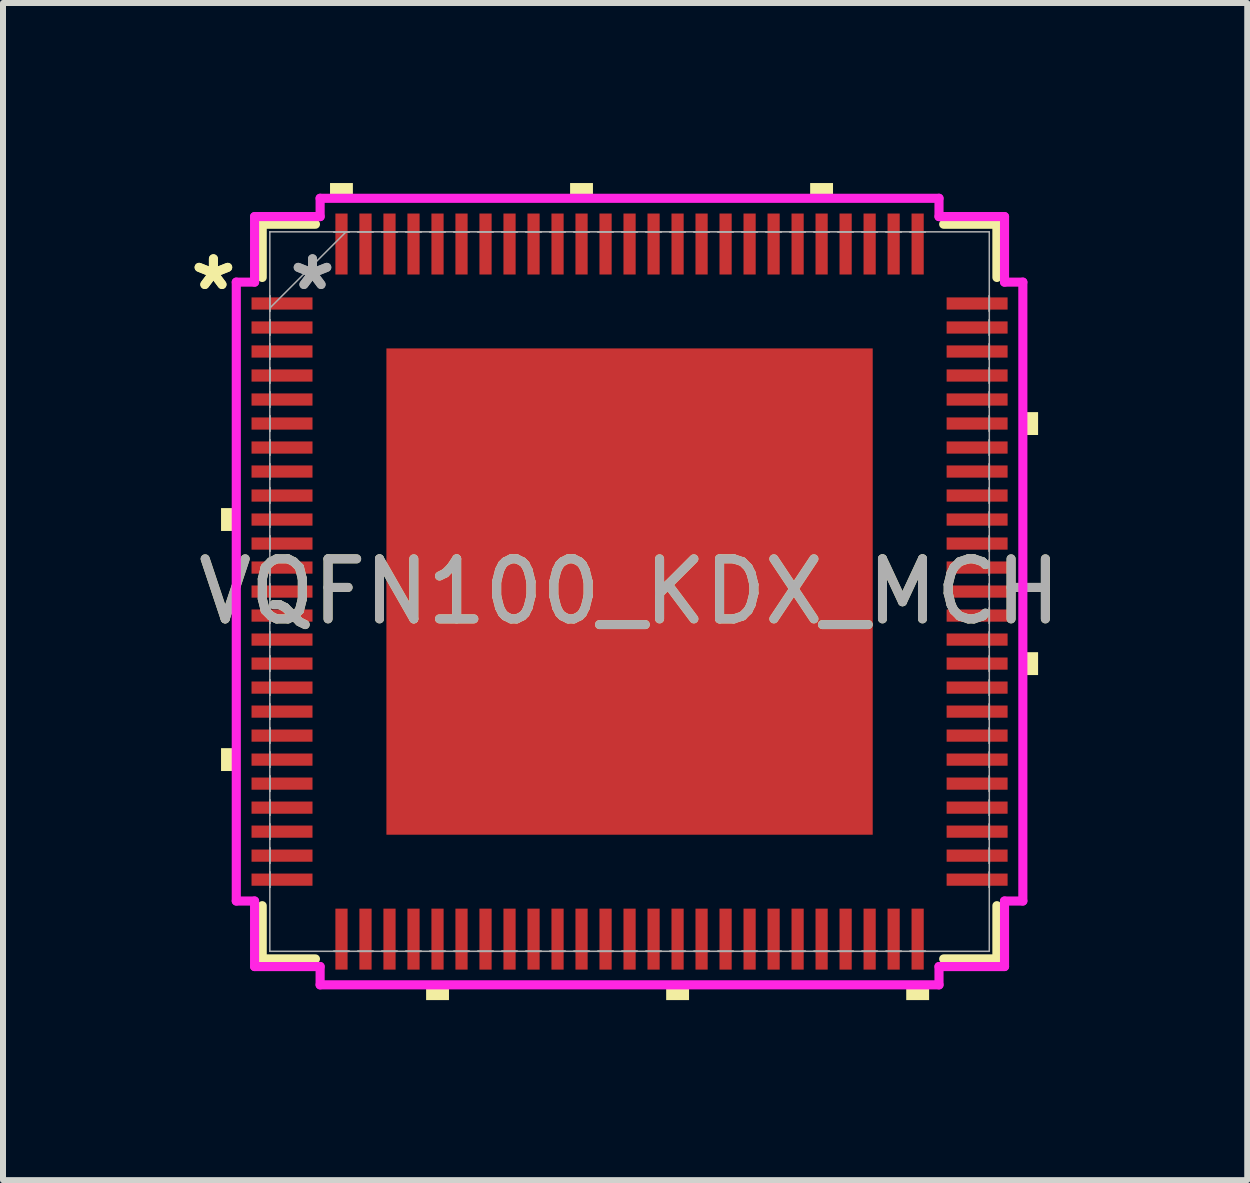
<source format=kicad_pcb>
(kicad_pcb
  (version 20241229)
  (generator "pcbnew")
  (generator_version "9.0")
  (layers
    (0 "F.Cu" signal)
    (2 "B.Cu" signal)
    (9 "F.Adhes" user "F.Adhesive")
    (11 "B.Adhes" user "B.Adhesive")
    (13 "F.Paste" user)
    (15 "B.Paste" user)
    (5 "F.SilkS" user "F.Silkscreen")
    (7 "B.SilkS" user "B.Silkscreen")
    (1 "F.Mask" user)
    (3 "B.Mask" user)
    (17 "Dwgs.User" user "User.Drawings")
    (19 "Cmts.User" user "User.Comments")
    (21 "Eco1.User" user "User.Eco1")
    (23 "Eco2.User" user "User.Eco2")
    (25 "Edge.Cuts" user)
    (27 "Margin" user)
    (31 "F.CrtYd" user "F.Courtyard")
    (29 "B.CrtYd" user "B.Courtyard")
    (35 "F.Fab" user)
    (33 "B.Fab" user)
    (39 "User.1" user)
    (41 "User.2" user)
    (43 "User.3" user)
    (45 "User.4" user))
  (footprint "VQFN100_KDX_MCH"
    (layer "F.Cu")
    (at 7.44 6.807)
    (property "Reference" "VQFN100_KDX_MCH" (at 0 0 0) (unlocked yes) (layer "F.SilkS") (effects (font (size 1 1) (thickness 0.15))))
    (attr smd)
    (fp_line (start -6.121 -6.121) (end -6.121 -5.234) (stroke (width 0.152) (type solid)) (layer "F.SilkS"))
    (fp_line (start -6.121 5.234) (end -6.121 6.121) (stroke (width 0.152) (type solid)) (layer "F.SilkS"))
    (fp_line (start -6.121 6.121) (end -5.234 6.121) (stroke (width 0.152) (type solid)) (layer "F.SilkS"))
    (fp_line (start -5.234 -6.121) (end -6.121 -6.121) (stroke (width 0.152) (type solid)) (layer "F.SilkS"))
    (fp_line (start 5.234 6.121) (end 6.121 6.121) (stroke (width 0.152) (type solid)) (layer "F.SilkS"))
    (fp_line (start 6.121 -6.121) (end 5.234 -6.121) (stroke (width 0.152) (type solid)) (layer "F.SilkS"))
    (fp_line (start 6.121 -5.234) (end 6.121 -6.121) (stroke (width 0.152) (type solid)) (layer "F.SilkS"))
    (fp_line (start 6.121 6.121) (end 6.121 5.234) (stroke (width 0.152) (type solid)) (layer "F.SilkS"))
    (fp_poly (pts (xy -6.807 -1.391) (xy -6.807 -1.01) (xy -6.553 -1.01) (xy -6.553 -1.391)) (stroke (width 0) (type solid)) (fill yes) (layer "F.SilkS"))
    (fp_poly (pts (xy -6.807 2.609) (xy -6.807 2.99) (xy -6.553 2.99) (xy -6.553 2.609)) (stroke (width 0) (type solid)) (fill yes) (layer "F.SilkS"))
    (fp_poly (pts (xy -4.991 -6.553) (xy -4.991 -6.807) (xy -4.61 -6.807) (xy -4.61 -6.553)) (stroke (width 0) (type solid)) (fill yes) (layer "F.SilkS"))
    (fp_poly (pts (xy -3.39 6.553) (xy -3.39 6.807) (xy -3.009 6.807) (xy -3.009 6.553)) (stroke (width 0) (type solid)) (fill yes) (layer "F.SilkS"))
    (fp_poly (pts (xy -0.991 -6.553) (xy -0.991 -6.807) (xy -0.61 -6.807) (xy -0.61 -6.553)) (stroke (width 0) (type solid)) (fill yes) (layer "F.SilkS"))
    (fp_poly (pts (xy 0.61 6.553) (xy 0.61 6.807) (xy 0.991 6.807) (xy 0.991 6.553)) (stroke (width 0) (type solid)) (fill yes) (layer "F.SilkS"))
    (fp_poly (pts (xy 3.009 -6.553) (xy 3.009 -6.807) (xy 3.39 -6.807) (xy 3.39 -6.553)) (stroke (width 0) (type solid)) (fill yes) (layer "F.SilkS"))
    (fp_poly (pts (xy 4.61 6.553) (xy 4.61 6.807) (xy 4.991 6.807) (xy 4.991 6.553)) (stroke (width 0) (type solid)) (fill yes) (layer "F.SilkS"))
    (fp_poly (pts (xy 6.807 -2.99) (xy 6.807 -2.609) (xy 6.553 -2.609) (xy 6.553 -2.99)) (stroke (width 0) (type solid)) (fill yes) (layer "F.SilkS"))
    (fp_poly (pts (xy 6.807 1.01) (xy 6.807 1.391) (xy 6.553 1.391) (xy 6.553 1.01)) (stroke (width 0) (type solid)) (fill yes) (layer "F.SilkS"))
    (fp_poly (pts (xy -3.951 -3.951) (xy -3.951 -2.801) (xy -2.801 -2.801) (xy -2.801 -3.951)) (stroke (width 0) (type solid)) (fill yes) (layer "F.Paste"))
    (fp_poly (pts (xy -3.951 -2.601) (xy -3.951 -1.45) (xy -2.801 -1.45) (xy -2.801 -2.601)) (stroke (width 0) (type solid)) (fill yes) (layer "F.Paste"))
    (fp_poly (pts (xy -3.951 -1.25) (xy -3.951 -0.1) (xy -2.801 -0.1) (xy -2.801 -1.25)) (stroke (width 0) (type solid)) (fill yes) (layer "F.Paste"))
    (fp_poly (pts (xy -3.951 0.1) (xy -3.951 1.25) (xy -2.801 1.25) (xy -2.801 0.1)) (stroke (width 0) (type solid)) (fill yes) (layer "F.Paste"))
    (fp_poly (pts (xy -3.951 1.45) (xy -3.951 2.601) (xy -2.801 2.601) (xy -2.801 1.45)) (stroke (width 0) (type solid)) (fill yes) (layer "F.Paste"))
    (fp_poly (pts (xy -3.951 2.801) (xy -3.951 3.951) (xy -2.801 3.951) (xy -2.801 2.801)) (stroke (width 0) (type solid)) (fill yes) (layer "F.Paste"))
    (fp_poly (pts (xy -2.601 -3.951) (xy -2.601 -2.801) (xy -1.45 -2.801) (xy -1.45 -3.951)) (stroke (width 0) (type solid)) (fill yes) (layer "F.Paste"))
    (fp_poly (pts (xy -2.601 -2.601) (xy -2.601 -1.45) (xy -1.45 -1.45) (xy -1.45 -2.601)) (stroke (width 0) (type solid)) (fill yes) (layer "F.Paste"))
    (fp_poly (pts (xy -2.601 -1.25) (xy -2.601 -0.1) (xy -1.45 -0.1) (xy -1.45 -1.25)) (stroke (width 0) (type solid)) (fill yes) (layer "F.Paste"))
    (fp_poly (pts (xy -2.601 0.1) (xy -2.601 1.25) (xy -1.45 1.25) (xy -1.45 0.1)) (stroke (width 0) (type solid)) (fill yes) (layer "F.Paste"))
    (fp_poly (pts (xy -2.601 1.45) (xy -2.601 2.601) (xy -1.45 2.601) (xy -1.45 1.45)) (stroke (width 0) (type solid)) (fill yes) (layer "F.Paste"))
    (fp_poly (pts (xy -2.601 2.801) (xy -2.601 3.951) (xy -1.45 3.951) (xy -1.45 2.801)) (stroke (width 0) (type solid)) (fill yes) (layer "F.Paste"))
    (fp_poly (pts (xy -1.25 -3.951) (xy -1.25 -2.801) (xy -0.1 -2.801) (xy -0.1 -3.951)) (stroke (width 0) (type solid)) (fill yes) (layer "F.Paste"))
    (fp_poly (pts (xy -1.25 -2.601) (xy -1.25 -1.45) (xy -0.1 -1.45) (xy -0.1 -2.601)) (stroke (width 0) (type solid)) (fill yes) (layer "F.Paste"))
    (fp_poly (pts (xy -1.25 -1.25) (xy -1.25 -0.1) (xy -0.1 -0.1) (xy -0.1 -1.25)) (stroke (width 0) (type solid)) (fill yes) (layer "F.Paste"))
    (fp_poly (pts (xy -1.25 0.1) (xy -1.25 1.25) (xy -0.1 1.25) (xy -0.1 0.1)) (stroke (width 0) (type solid)) (fill yes) (layer "F.Paste"))
    (fp_poly (pts (xy -1.25 1.45) (xy -1.25 2.601) (xy -0.1 2.601) (xy -0.1 1.45)) (stroke (width 0) (type solid)) (fill yes) (layer "F.Paste"))
    (fp_poly (pts (xy -1.25 2.801) (xy -1.25 3.951) (xy -0.1 3.951) (xy -0.1 2.801)) (stroke (width 0) (type solid)) (fill yes) (layer "F.Paste"))
    (fp_poly (pts (xy 0.1 -3.951) (xy 0.1 -2.801) (xy 1.25 -2.801) (xy 1.25 -3.951)) (stroke (width 0) (type solid)) (fill yes) (layer "F.Paste"))
    (fp_poly (pts (xy 0.1 -2.601) (xy 0.1 -1.45) (xy 1.25 -1.45) (xy 1.25 -2.601)) (stroke (width 0) (type solid)) (fill yes) (layer "F.Paste"))
    (fp_poly (pts (xy 0.1 -1.25) (xy 0.1 -0.1) (xy 1.25 -0.1) (xy 1.25 -1.25)) (stroke (width 0) (type solid)) (fill yes) (layer "F.Paste"))
    (fp_poly (pts (xy 0.1 0.1) (xy 0.1 1.25) (xy 1.25 1.25) (xy 1.25 0.1)) (stroke (width 0) (type solid)) (fill yes) (layer "F.Paste"))
    (fp_poly (pts (xy 0.1 1.45) (xy 0.1 2.601) (xy 1.25 2.601) (xy 1.25 1.45)) (stroke (width 0) (type solid)) (fill yes) (layer "F.Paste"))
    (fp_poly (pts (xy 0.1 2.801) (xy 0.1 3.951) (xy 1.25 3.951) (xy 1.25 2.801)) (stroke (width 0) (type solid)) (fill yes) (layer "F.Paste"))
    (fp_poly (pts (xy 1.45 -3.951) (xy 1.45 -2.801) (xy 2.601 -2.801) (xy 2.601 -3.951)) (stroke (width 0) (type solid)) (fill yes) (layer "F.Paste"))
    (fp_poly (pts (xy 1.45 -2.601) (xy 1.45 -1.45) (xy 2.601 -1.45) (xy 2.601 -2.601)) (stroke (width 0) (type solid)) (fill yes) (layer "F.Paste"))
    (fp_poly (pts (xy 1.45 -1.25) (xy 1.45 -0.1) (xy 2.601 -0.1) (xy 2.601 -1.25)) (stroke (width 0) (type solid)) (fill yes) (layer "F.Paste"))
    (fp_poly (pts (xy 1.45 0.1) (xy 1.45 1.25) (xy 2.601 1.25) (xy 2.601 0.1)) (stroke (width 0) (type solid)) (fill yes) (layer "F.Paste"))
    (fp_poly (pts (xy 1.45 1.45) (xy 1.45 2.601) (xy 2.601 2.601) (xy 2.601 1.45)) (stroke (width 0) (type solid)) (fill yes) (layer "F.Paste"))
    (fp_poly (pts (xy 1.45 2.801) (xy 1.45 3.951) (xy 2.601 3.951) (xy 2.601 2.801)) (stroke (width 0) (type solid)) (fill yes) (layer "F.Paste"))
    (fp_poly (pts (xy 2.801 -3.951) (xy 2.801 -2.801) (xy 3.951 -2.801) (xy 3.951 -3.951)) (stroke (width 0) (type solid)) (fill yes) (layer "F.Paste"))
    (fp_poly (pts (xy 2.801 -2.601) (xy 2.801 -1.45) (xy 3.951 -1.45) (xy 3.951 -2.601)) (stroke (width 0) (type solid)) (fill yes) (layer "F.Paste"))
    (fp_poly (pts (xy 2.801 -1.25) (xy 2.801 -0.1) (xy 3.951 -0.1) (xy 3.951 -1.25)) (stroke (width 0) (type solid)) (fill yes) (layer "F.Paste"))
    (fp_poly (pts (xy 2.801 0.1) (xy 2.801 1.25) (xy 3.951 1.25) (xy 3.951 0.1)) (stroke (width 0) (type solid)) (fill yes) (layer "F.Paste"))
    (fp_poly (pts (xy 2.801 1.45) (xy 2.801 2.601) (xy 3.951 2.601) (xy 3.951 1.45)) (stroke (width 0) (type solid)) (fill yes) (layer "F.Paste"))
    (fp_poly (pts (xy 2.801 2.801) (xy 2.801 3.951) (xy 3.951 3.951) (xy 3.951 2.801)) (stroke (width 0) (type solid)) (fill yes) (layer "F.Paste"))
    (fp_line (start -6.553 -5.156) (end -6.248 -5.156) (stroke (width 0.152) (type solid)) (layer "F.CrtYd"))
    (fp_line (start -6.553 5.156) (end -6.553 -5.156) (stroke (width 0.152) (type solid)) (layer "F.CrtYd"))
    (fp_line (start -6.248 -6.248) (end -5.156 -6.248) (stroke (width 0.152) (type solid)) (layer "F.CrtYd"))
    (fp_line (start -6.248 -5.156) (end -6.248 -6.248) (stroke (width 0.152) (type solid)) (layer "F.CrtYd"))
    (fp_line (start -6.248 5.156) (end -6.553 5.156) (stroke (width 0.152) (type solid)) (layer "F.CrtYd"))
    (fp_line (start -6.248 6.248) (end -6.248 5.156) (stroke (width 0.152) (type solid)) (layer "F.CrtYd"))
    (fp_line (start -5.156 -6.553) (end 5.156 -6.553) (stroke (width 0.152) (type solid)) (layer "F.CrtYd"))
    (fp_line (start -5.156 -6.248) (end -5.156 -6.553) (stroke (width 0.152) (type solid)) (layer "F.CrtYd"))
    (fp_line (start -5.156 6.248) (end -6.248 6.248) (stroke (width 0.152) (type solid)) (layer "F.CrtYd"))
    (fp_line (start -5.156 6.553) (end -5.156 6.248) (stroke (width 0.152) (type solid)) (layer "F.CrtYd"))
    (fp_line (start 5.156 -6.553) (end 5.156 -6.248) (stroke (width 0.152) (type solid)) (layer "F.CrtYd"))
    (fp_line (start 5.156 -6.248) (end 6.248 -6.248) (stroke (width 0.152) (type solid)) (layer "F.CrtYd"))
    (fp_line (start 5.156 6.248) (end 5.156 6.553) (stroke (width 0.152) (type solid)) (layer "F.CrtYd"))
    (fp_line (start 5.156 6.553) (end -5.156 6.553) (stroke (width 0.152) (type solid)) (layer "F.CrtYd"))
    (fp_line (start 6.248 -6.248) (end 6.248 -5.156) (stroke (width 0.152) (type solid)) (layer "F.CrtYd"))
    (fp_line (start 6.248 -5.156) (end 6.553 -5.156) (stroke (width 0.152) (type solid)) (layer "F.CrtYd"))
    (fp_line (start 6.248 5.156) (end 6.248 6.248) (stroke (width 0.152) (type solid)) (layer "F.CrtYd"))
    (fp_line (start 6.248 6.248) (end 5.156 6.248) (stroke (width 0.152) (type solid)) (layer "F.CrtYd"))
    (fp_line (start 6.553 -5.156) (end 6.553 5.156) (stroke (width 0.152) (type solid)) (layer "F.CrtYd"))
    (fp_line (start 6.553 5.156) (end 6.248 5.156) (stroke (width 0.152) (type solid)) (layer "F.CrtYd"))
    (fp_line (start -5.994 -5.994) (end -5.994 -5.994) (stroke (width 0.025) (type solid)) (layer "F.Fab"))
    (fp_line (start -5.994 -5.994) (end -5.994 5.994) (stroke (width 0.025) (type solid)) (layer "F.Fab"))
    (fp_line (start -5.994 -4.927) (end -5.994 -4.927) (stroke (width 0.025) (type solid)) (layer "F.Fab"))
    (fp_line (start -5.994 -4.927) (end -5.994 -4.673) (stroke (width 0.025) (type solid)) (layer "F.Fab"))
    (fp_line (start -5.994 -4.724) (end -4.724 -5.994) (stroke (width 0.025) (type solid)) (layer "F.Fab"))
    (fp_line (start -5.994 -4.673) (end -5.994 -4.927) (stroke (width 0.025) (type solid)) (layer "F.Fab"))
    (fp_line (start -5.994 -4.673) (end -5.994 -4.673) (stroke (width 0.025) (type solid)) (layer "F.Fab"))
    (fp_line (start -5.994 -4.527) (end -5.994 -4.527) (stroke (width 0.025) (type solid)) (layer "F.Fab"))
    (fp_line (start -5.994 -4.527) (end -5.994 -4.273) (stroke (width 0.025) (type solid)) (layer "F.Fab"))
    (fp_line (start -5.994 -4.273) (end -5.994 -4.527) (stroke (width 0.025) (type solid)) (layer "F.Fab"))
    (fp_line (start -5.994 -4.273) (end -5.994 -4.273) (stroke (width 0.025) (type solid)) (layer "F.Fab"))
    (fp_line (start -5.994 -4.127) (end -5.994 -4.127) (stroke (width 0.025) (type solid)) (layer "F.Fab"))
    (fp_line (start -5.994 -4.127) (end -5.994 -3.873) (stroke (width 0.025) (type solid)) (layer "F.Fab"))
    (fp_line (start -5.994 -3.873) (end -5.994 -4.127) (stroke (width 0.025) (type solid)) (layer "F.Fab"))
    (fp_line (start -5.994 -3.873) (end -5.994 -3.873) (stroke (width 0.025) (type solid)) (layer "F.Fab"))
    (fp_line (start -5.994 -3.727) (end -5.994 -3.727) (stroke (width 0.025) (type solid)) (layer "F.Fab"))
    (fp_line (start -5.994 -3.727) (end -5.994 -3.473) (stroke (width 0.025) (type solid)) (layer "F.Fab"))
    (fp_line (start -5.994 -3.473) (end -5.994 -3.727) (stroke (width 0.025) (type solid)) (layer "F.Fab"))
    (fp_line (start -5.994 -3.473) (end -5.994 -3.473) (stroke (width 0.025) (type solid)) (layer "F.Fab"))
    (fp_line (start -5.994 -3.327) (end -5.994 -3.327) (stroke (width 0.025) (type solid)) (layer "F.Fab"))
    (fp_line (start -5.994 -3.327) (end -5.994 -3.073) (stroke (width 0.025) (type solid)) (layer "F.Fab"))
    (fp_line (start -5.994 -3.073) (end -5.994 -3.327) (stroke (width 0.025) (type solid)) (layer "F.Fab"))
    (fp_line (start -5.994 -3.073) (end -5.994 -3.073) (stroke (width 0.025) (type solid)) (layer "F.Fab"))
    (fp_line (start -5.994 -2.927) (end -5.994 -2.927) (stroke (width 0.025) (type solid)) (layer "F.Fab"))
    (fp_line (start -5.994 -2.927) (end -5.994 -2.673) (stroke (width 0.025) (type solid)) (layer "F.Fab"))
    (fp_line (start -5.994 -2.673) (end -5.994 -2.927) (stroke (width 0.025) (type solid)) (layer "F.Fab"))
    (fp_line (start -5.994 -2.673) (end -5.994 -2.673) (stroke (width 0.025) (type solid)) (layer "F.Fab"))
    (fp_line (start -5.994 -2.527) (end -5.994 -2.527) (stroke (width 0.025) (type solid)) (layer "F.Fab"))
    (fp_line (start -5.994 -2.527) (end -5.994 -2.273) (stroke (width 0.025) (type solid)) (layer "F.Fab"))
    (fp_line (start -5.994 -2.273) (end -5.994 -2.527) (stroke (width 0.025) (type solid)) (layer "F.Fab"))
    (fp_line (start -5.994 -2.273) (end -5.994 -2.273) (stroke (width 0.025) (type solid)) (layer "F.Fab"))
    (fp_line (start -5.994 -2.127) (end -5.994 -2.127) (stroke (width 0.025) (type solid)) (layer "F.Fab"))
    (fp_line (start -5.994 -2.127) (end -5.994 -1.873) (stroke (width 0.025) (type solid)) (layer "F.Fab"))
    (fp_line (start -5.994 -1.873) (end -5.994 -2.127) (stroke (width 0.025) (type solid)) (layer "F.Fab"))
    (fp_line (start -5.994 -1.873) (end -5.994 -1.873) (stroke (width 0.025) (type solid)) (layer "F.Fab"))
    (fp_line (start -5.994 -1.727) (end -5.994 -1.727) (stroke (width 0.025) (type solid)) (layer "F.Fab"))
    (fp_line (start -5.994 -1.727) (end -5.994 -1.473) (stroke (width 0.025) (type solid)) (layer "F.Fab"))
    (fp_line (start -5.994 -1.473) (end -5.994 -1.727) (stroke (width 0.025) (type solid)) (layer "F.Fab"))
    (fp_line (start -5.994 -1.473) (end -5.994 -1.473) (stroke (width 0.025) (type solid)) (layer "F.Fab"))
    (fp_line (start -5.994 -1.327) (end -5.994 -1.327) (stroke (width 0.025) (type solid)) (layer "F.Fab"))
    (fp_line (start -5.994 -1.327) (end -5.994 -1.073) (stroke (width 0.025) (type solid)) (layer "F.Fab"))
    (fp_line (start -5.994 -1.073) (end -5.994 -1.327) (stroke (width 0.025) (type solid)) (layer "F.Fab"))
    (fp_line (start -5.994 -1.073) (end -5.994 -1.073) (stroke (width 0.025) (type solid)) (layer "F.Fab"))
    (fp_line (start -5.994 -0.927) (end -5.994 -0.927) (stroke (width 0.025) (type solid)) (layer "F.Fab"))
    (fp_line (start -5.994 -0.927) (end -5.994 -0.673) (stroke (width 0.025) (type solid)) (layer "F.Fab"))
    (fp_line (start -5.994 -0.673) (end -5.994 -0.927) (stroke (width 0.025) (type solid)) (layer "F.Fab"))
    (fp_line (start -5.994 -0.673) (end -5.994 -0.673) (stroke (width 0.025) (type solid)) (layer "F.Fab"))
    (fp_line (start -5.994 -0.527) (end -5.994 -0.527) (stroke (width 0.025) (type solid)) (layer "F.Fab"))
    (fp_line (start -5.994 -0.527) (end -5.994 -0.273) (stroke (width 0.025) (type solid)) (layer "F.Fab"))
    (fp_line (start -5.994 -0.273) (end -5.994 -0.527) (stroke (width 0.025) (type solid)) (layer "F.Fab"))
    (fp_line (start -5.994 -0.273) (end -5.994 -0.273) (stroke (width 0.025) (type solid)) (layer "F.Fab"))
    (fp_line (start -5.994 -0.127) (end -5.994 -0.127) (stroke (width 0.025) (type solid)) (layer "F.Fab"))
    (fp_line (start -5.994 -0.127) (end -5.994 0.127) (stroke (width 0.025) (type solid)) (layer "F.Fab"))
    (fp_line (start -5.994 0.127) (end -5.994 -0.127) (stroke (width 0.025) (type solid)) (layer "F.Fab"))
    (fp_line (start -5.994 0.127) (end -5.994 0.127) (stroke (width 0.025) (type solid)) (layer "F.Fab"))
    (fp_line (start -5.994 0.273) (end -5.994 0.273) (stroke (width 0.025) (type solid)) (layer "F.Fab"))
    (fp_line (start -5.994 0.273) (end -5.994 0.527) (stroke (width 0.025) (type solid)) (layer "F.Fab"))
    (fp_line (start -5.994 0.527) (end -5.994 0.273) (stroke (width 0.025) (type solid)) (layer "F.Fab"))
    (fp_line (start -5.994 0.527) (end -5.994 0.527) (stroke (width 0.025) (type solid)) (layer "F.Fab"))
    (fp_line (start -5.994 0.673) (end -5.994 0.673) (stroke (width 0.025) (type solid)) (layer "F.Fab"))
    (fp_line (start -5.994 0.673) (end -5.994 0.927) (stroke (width 0.025) (type solid)) (layer "F.Fab"))
    (fp_line (start -5.994 0.927) (end -5.994 0.673) (stroke (width 0.025) (type solid)) (layer "F.Fab"))
    (fp_line (start -5.994 0.927) (end -5.994 0.927) (stroke (width 0.025) (type solid)) (layer "F.Fab"))
    (fp_line (start -5.994 1.073) (end -5.994 1.073) (stroke (width 0.025) (type solid)) (layer "F.Fab"))
    (fp_line (start -5.994 1.073) (end -5.994 1.327) (stroke (width 0.025) (type solid)) (layer "F.Fab"))
    (fp_line (start -5.994 1.327) (end -5.994 1.073) (stroke (width 0.025) (type solid)) (layer "F.Fab"))
    (fp_line (start -5.994 1.327) (end -5.994 1.327) (stroke (width 0.025) (type solid)) (layer "F.Fab"))
    (fp_line (start -5.994 1.473) (end -5.994 1.473) (stroke (width 0.025) (type solid)) (layer "F.Fab"))
    (fp_line (start -5.994 1.473) (end -5.994 1.727) (stroke (width 0.025) (type solid)) (layer "F.Fab"))
    (fp_line (start -5.994 1.727) (end -5.994 1.473) (stroke (width 0.025) (type solid)) (layer "F.Fab"))
    (fp_line (start -5.994 1.727) (end -5.994 1.727) (stroke (width 0.025) (type solid)) (layer "F.Fab"))
    (fp_line (start -5.994 1.873) (end -5.994 1.873) (stroke (width 0.025) (type solid)) (layer "F.Fab"))
    (fp_line (start -5.994 1.873) (end -5.994 2.127) (stroke (width 0.025) (type solid)) (layer "F.Fab"))
    (fp_line (start -5.994 2.127) (end -5.994 1.873) (stroke (width 0.025) (type solid)) (layer "F.Fab"))
    (fp_line (start -5.994 2.127) (end -5.994 2.127) (stroke (width 0.025) (type solid)) (layer "F.Fab"))
    (fp_line (start -5.994 2.273) (end -5.994 2.273) (stroke (width 0.025) (type solid)) (layer "F.Fab"))
    (fp_line (start -5.994 2.273) (end -5.994 2.527) (stroke (width 0.025) (type solid)) (layer "F.Fab"))
    (fp_line (start -5.994 2.527) (end -5.994 2.273) (stroke (width 0.025) (type solid)) (layer "F.Fab"))
    (fp_line (start -5.994 2.527) (end -5.994 2.527) (stroke (width 0.025) (type solid)) (layer "F.Fab"))
    (fp_line (start -5.994 2.673) (end -5.994 2.673) (stroke (width 0.025) (type solid)) (layer "F.Fab"))
    (fp_line (start -5.994 2.673) (end -5.994 2.927) (stroke (width 0.025) (type solid)) (layer "F.Fab"))
    (fp_line (start -5.994 2.927) (end -5.994 2.673) (stroke (width 0.025) (type solid)) (layer "F.Fab"))
    (fp_line (start -5.994 2.927) (end -5.994 2.927) (stroke (width 0.025) (type solid)) (layer "F.Fab"))
    (fp_line (start -5.994 3.073) (end -5.994 3.073) (stroke (width 0.025) (type solid)) (layer "F.Fab"))
    (fp_line (start -5.994 3.073) (end -5.994 3.327) (stroke (width 0.025) (type solid)) (layer "F.Fab"))
    (fp_line (start -5.994 3.327) (end -5.994 3.073) (stroke (width 0.025) (type solid)) (layer "F.Fab"))
    (fp_line (start -5.994 3.327) (end -5.994 3.327) (stroke (width 0.025) (type solid)) (layer "F.Fab"))
    (fp_line (start -5.994 3.473) (end -5.994 3.473) (stroke (width 0.025) (type solid)) (layer "F.Fab"))
    (fp_line (start -5.994 3.473) (end -5.994 3.727) (stroke (width 0.025) (type solid)) (layer "F.Fab"))
    (fp_line (start -5.994 3.727) (end -5.994 3.473) (stroke (width 0.025) (type solid)) (layer "F.Fab"))
    (fp_line (start -5.994 3.727) (end -5.994 3.727) (stroke (width 0.025) (type solid)) (layer "F.Fab"))
    (fp_line (start -5.994 3.873) (end -5.994 3.873) (stroke (width 0.025) (type solid)) (layer "F.Fab"))
    (fp_line (start -5.994 3.873) (end -5.994 4.127) (stroke (width 0.025) (type solid)) (layer "F.Fab"))
    (fp_line (start -5.994 4.127) (end -5.994 3.873) (stroke (width 0.025) (type solid)) (layer "F.Fab"))
    (fp_line (start -5.994 4.127) (end -5.994 4.127) (stroke (width 0.025) (type solid)) (layer "F.Fab"))
    (fp_line (start -5.994 4.273) (end -5.994 4.273) (stroke (width 0.025) (type solid)) (layer "F.Fab"))
    (fp_line (start -5.994 4.273) (end -5.994 4.527) (stroke (width 0.025) (type solid)) (layer "F.Fab"))
    (fp_line (start -5.994 4.527) (end -5.994 4.273) (stroke (width 0.025) (type solid)) (layer "F.Fab"))
    (fp_line (start -5.994 4.527) (end -5.994 4.527) (stroke (width 0.025) (type solid)) (layer "F.Fab"))
    (fp_line (start -5.994 4.673) (end -5.994 4.673) (stroke (width 0.025) (type solid)) (layer "F.Fab"))
    (fp_line (start -5.994 4.673) (end -5.994 4.927) (stroke (width 0.025) (type solid)) (layer "F.Fab"))
    (fp_line (start -5.994 4.927) (end -5.994 4.673) (stroke (width 0.025) (type solid)) (layer "F.Fab"))
    (fp_line (start -5.994 4.927) (end -5.994 4.927) (stroke (width 0.025) (type solid)) (layer "F.Fab"))
    (fp_line (start -5.994 5.994) (end -5.994 5.994) (stroke (width 0.025) (type solid)) (layer "F.Fab"))
    (fp_line (start -5.994 5.994) (end 5.994 5.994) (stroke (width 0.025) (type solid)) (layer "F.Fab"))
    (fp_line (start -4.927 5.994) (end -4.927 5.994) (stroke (width 0.025) (type solid)) (layer "F.Fab"))
    (fp_line (start -4.927 5.994) (end -4.673 5.994) (stroke (width 0.025) (type solid)) (layer "F.Fab"))
    (fp_line (start -4.927 -5.994) (end -4.927 -5.994) (stroke (width 0.025) (type solid)) (layer "F.Fab"))
    (fp_line (start -4.927 -5.994) (end -4.673 -5.994) (stroke (width 0.025) (type solid)) (layer "F.Fab"))
    (fp_line (start -4.673 5.994) (end -4.927 5.994) (stroke (width 0.025) (type solid)) (layer "F.Fab"))
    (fp_line (start -4.673 5.994) (end -4.673 5.994) (stroke (width 0.025) (type solid)) (layer "F.Fab"))
    (fp_line (start -4.673 -5.994) (end -4.927 -5.994) (stroke (width 0.025) (type solid)) (layer "F.Fab"))
    (fp_line (start -4.673 -5.994) (end -4.673 -5.994) (stroke (width 0.025) (type solid)) (layer "F.Fab"))
    (fp_line (start -4.527 5.994) (end -4.527 5.994) (stroke (width 0.025) (type solid)) (layer "F.Fab"))
    (fp_line (start -4.527 5.994) (end -4.273 5.994) (stroke (width 0.025) (type solid)) (layer "F.Fab"))
    (fp_line (start -4.527 -5.994) (end -4.527 -5.994) (stroke (width 0.025) (type solid)) (layer "F.Fab"))
    (fp_line (start -4.527 -5.994) (end -4.273 -5.994) (stroke (width 0.025) (type solid)) (layer "F.Fab"))
    (fp_line (start -4.273 5.994) (end -4.527 5.994) (stroke (width 0.025) (type solid)) (layer "F.Fab"))
    (fp_line (start -4.273 5.994) (end -4.273 5.994) (stroke (width 0.025) (type solid)) (layer "F.Fab"))
    (fp_line (start -4.273 -5.994) (end -4.527 -5.994) (stroke (width 0.025) (type solid)) (layer "F.Fab"))
    (fp_line (start -4.273 -5.994) (end -4.273 -5.994) (stroke (width 0.025) (type solid)) (layer "F.Fab"))
    (fp_line (start -4.127 5.994) (end -4.127 5.994) (stroke (width 0.025) (type solid)) (layer "F.Fab"))
    (fp_line (start -4.127 5.994) (end -3.873 5.994) (stroke (width 0.025) (type solid)) (layer "F.Fab"))
    (fp_line (start -4.127 -5.994) (end -4.127 -5.994) (stroke (width 0.025) (type solid)) (layer "F.Fab"))
    (fp_line (start -4.127 -5.994) (end -3.873 -5.994) (stroke (width 0.025) (type solid)) (layer "F.Fab"))
    (fp_line (start -3.873 5.994) (end -4.127 5.994) (stroke (width 0.025) (type solid)) (layer "F.Fab"))
    (fp_line (start -3.873 5.994) (end -3.873 5.994) (stroke (width 0.025) (type solid)) (layer "F.Fab"))
    (fp_line (start -3.873 -5.994) (end -4.127 -5.994) (stroke (width 0.025) (type solid)) (layer "F.Fab"))
    (fp_line (start -3.873 -5.994) (end -3.873 -5.994) (stroke (width 0.025) (type solid)) (layer "F.Fab"))
    (fp_line (start -3.727 5.994) (end -3.727 5.994) (stroke (width 0.025) (type solid)) (layer "F.Fab"))
    (fp_line (start -3.727 5.994) (end -3.473 5.994) (stroke (width 0.025) (type solid)) (layer "F.Fab"))
    (fp_line (start -3.727 -5.994) (end -3.727 -5.994) (stroke (width 0.025) (type solid)) (layer "F.Fab"))
    (fp_line (start -3.727 -5.994) (end -3.473 -5.994) (stroke (width 0.025) (type solid)) (layer "F.Fab"))
    (fp_line (start -3.473 5.994) (end -3.727 5.994) (stroke (width 0.025) (type solid)) (layer "F.Fab"))
    (fp_line (start -3.473 5.994) (end -3.473 5.994) (stroke (width 0.025) (type solid)) (layer "F.Fab"))
    (fp_line (start -3.473 -5.994) (end -3.727 -5.994) (stroke (width 0.025) (type solid)) (layer "F.Fab"))
    (fp_line (start -3.473 -5.994) (end -3.473 -5.994) (stroke (width 0.025) (type solid)) (layer "F.Fab"))
    (fp_line (start -3.327 5.994) (end -3.327 5.994) (stroke (width 0.025) (type solid)) (layer "F.Fab"))
    (fp_line (start -3.327 5.994) (end -3.073 5.994) (stroke (width 0.025) (type solid)) (layer "F.Fab"))
    (fp_line (start -3.327 -5.994) (end -3.327 -5.994) (stroke (width 0.025) (type solid)) (layer "F.Fab"))
    (fp_line (start -3.327 -5.994) (end -3.073 -5.994) (stroke (width 0.025) (type solid)) (layer "F.Fab"))
    (fp_line (start -3.073 5.994) (end -3.327 5.994) (stroke (width 0.025) (type solid)) (layer "F.Fab"))
    (fp_line (start -3.073 5.994) (end -3.073 5.994) (stroke (width 0.025) (type solid)) (layer "F.Fab"))
    (fp_line (start -3.073 -5.994) (end -3.327 -5.994) (stroke (width 0.025) (type solid)) (layer "F.Fab"))
    (fp_line (start -3.073 -5.994) (end -3.073 -5.994) (stroke (width 0.025) (type solid)) (layer "F.Fab"))
    (fp_line (start -2.927 5.994) (end -2.927 5.994) (stroke (width 0.025) (type solid)) (layer "F.Fab"))
    (fp_line (start -2.927 5.994) (end -2.673 5.994) (stroke (width 0.025) (type solid)) (layer "F.Fab"))
    (fp_line (start -2.927 -5.994) (end -2.927 -5.994) (stroke (width 0.025) (type solid)) (layer "F.Fab"))
    (fp_line (start -2.927 -5.994) (end -2.673 -5.994) (stroke (width 0.025) (type solid)) (layer "F.Fab"))
    (fp_line (start -2.673 5.994) (end -2.927 5.994) (stroke (width 0.025) (type solid)) (layer "F.Fab"))
    (fp_line (start -2.673 5.994) (end -2.673 5.994) (stroke (width 0.025) (type solid)) (layer "F.Fab"))
    (fp_line (start -2.673 -5.994) (end -2.927 -5.994) (stroke (width 0.025) (type solid)) (layer "F.Fab"))
    (fp_line (start -2.673 -5.994) (end -2.673 -5.994) (stroke (width 0.025) (type solid)) (layer "F.Fab"))
    (fp_line (start -2.527 -5.994) (end -2.527 -5.994) (stroke (width 0.025) (type solid)) (layer "F.Fab"))
    (fp_line (start -2.527 -5.994) (end -2.273 -5.994) (stroke (width 0.025) (type solid)) (layer "F.Fab"))
    (fp_line (start -2.527 5.994) (end -2.527 5.994) (stroke (width 0.025) (type solid)) (layer "F.Fab"))
    (fp_line (start -2.527 5.994) (end -2.273 5.994) (stroke (width 0.025) (type solid)) (layer "F.Fab"))
    (fp_line (start -2.273 -5.994) (end -2.527 -5.994) (stroke (width 0.025) (type solid)) (layer "F.Fab"))
    (fp_line (start -2.273 -5.994) (end -2.273 -5.994) (stroke (width 0.025) (type solid)) (layer "F.Fab"))
    (fp_line (start -2.273 5.994) (end -2.527 5.994) (stroke (width 0.025) (type solid)) (layer "F.Fab"))
    (fp_line (start -2.273 5.994) (end -2.273 5.994) (stroke (width 0.025) (type solid)) (layer "F.Fab"))
    (fp_line (start -2.127 -5.994) (end -2.127 -5.994) (stroke (width 0.025) (type solid)) (layer "F.Fab"))
    (fp_line (start -2.127 -5.994) (end -1.873 -5.994) (stroke (width 0.025) (type solid)) (layer "F.Fab"))
    (fp_line (start -2.127 5.994) (end -2.127 5.994) (stroke (width 0.025) (type solid)) (layer "F.Fab"))
    (fp_line (start -2.127 5.994) (end -1.873 5.994) (stroke (width 0.025) (type solid)) (layer "F.Fab"))
    (fp_line (start -1.873 -5.994) (end -2.127 -5.994) (stroke (width 0.025) (type solid)) (layer "F.Fab"))
    (fp_line (start -1.873 -5.994) (end -1.873 -5.994) (stroke (width 0.025) (type solid)) (layer "F.Fab"))
    (fp_line (start -1.873 5.994) (end -2.127 5.994) (stroke (width 0.025) (type solid)) (layer "F.Fab"))
    (fp_line (start -1.873 5.994) (end -1.873 5.994) (stroke (width 0.025) (type solid)) (layer "F.Fab"))
    (fp_line (start -1.727 -5.994) (end -1.727 -5.994) (stroke (width 0.025) (type solid)) (layer "F.Fab"))
    (fp_line (start -1.727 -5.994) (end -1.473 -5.994) (stroke (width 0.025) (type solid)) (layer "F.Fab"))
    (fp_line (start -1.727 5.994) (end -1.727 5.994) (stroke (width 0.025) (type solid)) (layer "F.Fab"))
    (fp_line (start -1.727 5.994) (end -1.473 5.994) (stroke (width 0.025) (type solid)) (layer "F.Fab"))
    (fp_line (start -1.473 -5.994) (end -1.727 -5.994) (stroke (width 0.025) (type solid)) (layer "F.Fab"))
    (fp_line (start -1.473 -5.994) (end -1.473 -5.994) (stroke (width 0.025) (type solid)) (layer "F.Fab"))
    (fp_line (start -1.473 5.994) (end -1.727 5.994) (stroke (width 0.025) (type solid)) (layer "F.Fab"))
    (fp_line (start -1.473 5.994) (end -1.473 5.994) (stroke (width 0.025) (type solid)) (layer "F.Fab"))
    (fp_line (start -1.327 -5.994) (end -1.327 -5.994) (stroke (width 0.025) (type solid)) (layer "F.Fab"))
    (fp_line (start -1.327 -5.994) (end -1.073 -5.994) (stroke (width 0.025) (type solid)) (layer "F.Fab"))
    (fp_line (start -1.327 5.994) (end -1.327 5.994) (stroke (width 0.025) (type solid)) (layer "F.Fab"))
    (fp_line (start -1.327 5.994) (end -1.073 5.994) (stroke (width 0.025) (type solid)) (layer "F.Fab"))
    (fp_line (start -1.073 -5.994) (end -1.327 -5.994) (stroke (width 0.025) (type solid)) (layer "F.Fab"))
    (fp_line (start -1.073 -5.994) (end -1.073 -5.994) (stroke (width 0.025) (type solid)) (layer "F.Fab"))
    (fp_line (start -1.073 5.994) (end -1.327 5.994) (stroke (width 0.025) (type solid)) (layer "F.Fab"))
    (fp_line (start -1.073 5.994) (end -1.073 5.994) (stroke (width 0.025) (type solid)) (layer "F.Fab"))
    (fp_line (start -0.927 -5.994) (end -0.927 -5.994) (stroke (width 0.025) (type solid)) (layer "F.Fab"))
    (fp_line (start -0.927 -5.994) (end -0.673 -5.994) (stroke (width 0.025) (type solid)) (layer "F.Fab"))
    (fp_line (start -0.927 5.994) (end -0.927 5.994) (stroke (width 0.025) (type solid)) (layer "F.Fab"))
    (fp_line (start -0.927 5.994) (end -0.673 5.994) (stroke (width 0.025) (type solid)) (layer "F.Fab"))
    (fp_line (start -0.673 -5.994) (end -0.927 -5.994) (stroke (width 0.025) (type solid)) (layer "F.Fab"))
    (fp_line (start -0.673 -5.994) (end -0.673 -5.994) (stroke (width 0.025) (type solid)) (layer "F.Fab"))
    (fp_line (start -0.673 5.994) (end -0.927 5.994) (stroke (width 0.025) (type solid)) (layer "F.Fab"))
    (fp_line (start -0.673 5.994) (end -0.673 5.994) (stroke (width 0.025) (type solid)) (layer "F.Fab"))
    (fp_line (start -0.527 -5.994) (end -0.527 -5.994) (stroke (width 0.025) (type solid)) (layer "F.Fab"))
    (fp_line (start -0.527 -5.994) (end -0.273 -5.994) (stroke (width 0.025) (type solid)) (layer "F.Fab"))
    (fp_line (start -0.527 5.994) (end -0.527 5.994) (stroke (width 0.025) (type solid)) (layer "F.Fab"))
    (fp_line (start -0.527 5.994) (end -0.273 5.994) (stroke (width 0.025) (type solid)) (layer "F.Fab"))
    (fp_line (start -0.273 -5.994) (end -0.527 -5.994) (stroke (width 0.025) (type solid)) (layer "F.Fab"))
    (fp_line (start -0.273 -5.994) (end -0.273 -5.994) (stroke (width 0.025) (type solid)) (layer "F.Fab"))
    (fp_line (start -0.273 5.994) (end -0.527 5.994) (stroke (width 0.025) (type solid)) (layer "F.Fab"))
    (fp_line (start -0.273 5.994) (end -0.273 5.994) (stroke (width 0.025) (type solid)) (layer "F.Fab"))
    (fp_line (start -0.127 -5.994) (end -0.127 -5.994) (stroke (width 0.025) (type solid)) (layer "F.Fab"))
    (fp_line (start -0.127 -5.994) (end 0.127 -5.994) (stroke (width 0.025) (type solid)) (layer "F.Fab"))
    (fp_line (start -0.127 5.994) (end -0.127 5.994) (stroke (width 0.025) (type solid)) (layer "F.Fab"))
    (fp_line (start -0.127 5.994) (end 0.127 5.994) (stroke (width 0.025) (type solid)) (layer "F.Fab"))
    (fp_line (start 0.127 -5.994) (end -0.127 -5.994) (stroke (width 0.025) (type solid)) (layer "F.Fab"))
    (fp_line (start 0.127 -5.994) (end 0.127 -5.994) (stroke (width 0.025) (type solid)) (layer "F.Fab"))
    (fp_line (start 0.127 5.994) (end -0.127 5.994) (stroke (width 0.025) (type solid)) (layer "F.Fab"))
    (fp_line (start 0.127 5.994) (end 0.127 5.994) (stroke (width 0.025) (type solid)) (layer "F.Fab"))
    (fp_line (start 0.273 -5.994) (end 0.273 -5.994) (stroke (width 0.025) (type solid)) (layer "F.Fab"))
    (fp_line (start 0.273 -5.994) (end 0.527 -5.994) (stroke (width 0.025) (type solid)) (layer "F.Fab"))
    (fp_line (start 0.273 5.994) (end 0.273 5.994) (stroke (width 0.025) (type solid)) (layer "F.Fab"))
    (fp_line (start 0.273 5.994) (end 0.527 5.994) (stroke (width 0.025) (type solid)) (layer "F.Fab"))
    (fp_line (start 0.527 -5.994) (end 0.273 -5.994) (stroke (width 0.025) (type solid)) (layer "F.Fab"))
    (fp_line (start 0.527 -5.994) (end 0.527 -5.994) (stroke (width 0.025) (type solid)) (layer "F.Fab"))
    (fp_line (start 0.527 5.994) (end 0.273 5.994) (stroke (width 0.025) (type solid)) (layer "F.Fab"))
    (fp_line (start 0.527 5.994) (end 0.527 5.994) (stroke (width 0.025) (type solid)) (layer "F.Fab"))
    (fp_line (start 0.673 -5.994) (end 0.673 -5.994) (stroke (width 0.025) (type solid)) (layer "F.Fab"))
    (fp_line (start 0.673 -5.994) (end 0.927 -5.994) (stroke (width 0.025) (type solid)) (layer "F.Fab"))
    (fp_line (start 0.673 5.994) (end 0.673 5.994) (stroke (width 0.025) (type solid)) (layer "F.Fab"))
    (fp_line (start 0.673 5.994) (end 0.927 5.994) (stroke (width 0.025) (type solid)) (layer "F.Fab"))
    (fp_line (start 0.927 -5.994) (end 0.673 -5.994) (stroke (width 0.025) (type solid)) (layer "F.Fab"))
    (fp_line (start 0.927 -5.994) (end 0.927 -5.994) (stroke (width 0.025) (type solid)) (layer "F.Fab"))
    (fp_line (start 0.927 5.994) (end 0.673 5.994) (stroke (width 0.025) (type solid)) (layer "F.Fab"))
    (fp_line (start 0.927 5.994) (end 0.927 5.994) (stroke (width 0.025) (type solid)) (layer "F.Fab"))
    (fp_line (start 1.073 -5.994) (end 1.073 -5.994) (stroke (width 0.025) (type solid)) (layer "F.Fab"))
    (fp_line (start 1.073 -5.994) (end 1.327 -5.994) (stroke (width 0.025) (type solid)) (layer "F.Fab"))
    (fp_line (start 1.073 5.994) (end 1.073 5.994) (stroke (width 0.025) (type solid)) (layer "F.Fab"))
    (fp_line (start 1.073 5.994) (end 1.327 5.994) (stroke (width 0.025) (type solid)) (layer "F.Fab"))
    (fp_line (start 1.327 -5.994) (end 1.073 -5.994) (stroke (width 0.025) (type solid)) (layer "F.Fab"))
    (fp_line (start 1.327 -5.994) (end 1.327 -5.994) (stroke (width 0.025) (type solid)) (layer "F.Fab"))
    (fp_line (start 1.327 5.994) (end 1.073 5.994) (stroke (width 0.025) (type solid)) (layer "F.Fab"))
    (fp_line (start 1.327 5.994) (end 1.327 5.994) (stroke (width 0.025) (type solid)) (layer "F.Fab"))
    (fp_line (start 1.473 -5.994) (end 1.473 -5.994) (stroke (width 0.025) (type solid)) (layer "F.Fab"))
    (fp_line (start 1.473 -5.994) (end 1.727 -5.994) (stroke (width 0.025) (type solid)) (layer "F.Fab"))
    (fp_line (start 1.473 5.994) (end 1.473 5.994) (stroke (width 0.025) (type solid)) (layer "F.Fab"))
    (fp_line (start 1.473 5.994) (end 1.727 5.994) (stroke (width 0.025) (type solid)) (layer "F.Fab"))
    (fp_line (start 1.727 -5.994) (end 1.473 -5.994) (stroke (width 0.025) (type solid)) (layer "F.Fab"))
    (fp_line (start 1.727 -5.994) (end 1.727 -5.994) (stroke (width 0.025) (type solid)) (layer "F.Fab"))
    (fp_line (start 1.727 5.994) (end 1.473 5.994) (stroke (width 0.025) (type solid)) (layer "F.Fab"))
    (fp_line (start 1.727 5.994) (end 1.727 5.994) (stroke (width 0.025) (type solid)) (layer "F.Fab"))
    (fp_line (start 1.873 -5.994) (end 1.873 -5.994) (stroke (width 0.025) (type solid)) (layer "F.Fab"))
    (fp_line (start 1.873 -5.994) (end 2.127 -5.994) (stroke (width 0.025) (type solid)) (layer "F.Fab"))
    (fp_line (start 1.873 5.994) (end 1.873 5.994) (stroke (width 0.025) (type solid)) (layer "F.Fab"))
    (fp_line (start 1.873 5.994) (end 2.127 5.994) (stroke (width 0.025) (type solid)) (layer "F.Fab"))
    (fp_line (start 2.127 -5.994) (end 1.873 -5.994) (stroke (width 0.025) (type solid)) (layer "F.Fab"))
    (fp_line (start 2.127 -5.994) (end 2.127 -5.994) (stroke (width 0.025) (type solid)) (layer "F.Fab"))
    (fp_line (start 2.127 5.994) (end 1.873 5.994) (stroke (width 0.025) (type solid)) (layer "F.Fab"))
    (fp_line (start 2.127 5.994) (end 2.127 5.994) (stroke (width 0.025) (type solid)) (layer "F.Fab"))
    (fp_line (start 2.273 -5.994) (end 2.273 -5.994) (stroke (width 0.025) (type solid)) (layer "F.Fab"))
    (fp_line (start 2.273 -5.994) (end 2.527 -5.994) (stroke (width 0.025) (type solid)) (layer "F.Fab"))
    (fp_line (start 2.273 5.994) (end 2.273 5.994) (stroke (width 0.025) (type solid)) (layer "F.Fab"))
    (fp_line (start 2.273 5.994) (end 2.527 5.994) (stroke (width 0.025) (type solid)) (layer "F.Fab"))
    (fp_line (start 2.527 -5.994) (end 2.273 -5.994) (stroke (width 0.025) (type solid)) (layer "F.Fab"))
    (fp_line (start 2.527 -5.994) (end 2.527 -5.994) (stroke (width 0.025) (type solid)) (layer "F.Fab"))
    (fp_line (start 2.527 5.994) (end 2.273 5.994) (stroke (width 0.025) (type solid)) (layer "F.Fab"))
    (fp_line (start 2.527 5.994) (end 2.527 5.994) (stroke (width 0.025) (type solid)) (layer "F.Fab"))
    (fp_line (start 2.673 5.994) (end 2.673 5.994) (stroke (width 0.025) (type solid)) (layer "F.Fab"))
    (fp_line (start 2.673 5.994) (end 2.927 5.994) (stroke (width 0.025) (type solid)) (layer "F.Fab"))
    (fp_line (start 2.673 -5.994) (end 2.673 -5.994) (stroke (width 0.025) (type solid)) (layer "F.Fab"))
    (fp_line (start 2.673 -5.994) (end 2.927 -5.994) (stroke (width 0.025) (type solid)) (layer "F.Fab"))
    (fp_line (start 2.927 5.994) (end 2.673 5.994) (stroke (width 0.025) (type solid)) (layer "F.Fab"))
    (fp_line (start 2.927 5.994) (end 2.927 5.994) (stroke (width 0.025) (type solid)) (layer "F.Fab"))
    (fp_line (start 2.927 -5.994) (end 2.673 -5.994) (stroke (width 0.025) (type solid)) (layer "F.Fab"))
    (fp_line (start 2.927 -5.994) (end 2.927 -5.994) (stroke (width 0.025) (type solid)) (layer "F.Fab"))
    (fp_line (start 3.073 5.994) (end 3.073 5.994) (stroke (width 0.025) (type solid)) (layer "F.Fab"))
    (fp_line (start 3.073 5.994) (end 3.327 5.994) (stroke (width 0.025) (type solid)) (layer "F.Fab"))
    (fp_line (start 3.073 -5.994) (end 3.073 -5.994) (stroke (width 0.025) (type solid)) (layer "F.Fab"))
    (fp_line (start 3.073 -5.994) (end 3.327 -5.994) (stroke (width 0.025) (type solid)) (layer "F.Fab"))
    (fp_line (start 3.327 5.994) (end 3.073 5.994) (stroke (width 0.025) (type solid)) (layer "F.Fab"))
    (fp_line (start 3.327 5.994) (end 3.327 5.994) (stroke (width 0.025) (type solid)) (layer "F.Fab"))
    (fp_line (start 3.327 -5.994) (end 3.073 -5.994) (stroke (width 0.025) (type solid)) (layer "F.Fab"))
    (fp_line (start 3.327 -5.994) (end 3.327 -5.994) (stroke (width 0.025) (type solid)) (layer "F.Fab"))
    (fp_line (start 3.473 5.994) (end 3.473 5.994) (stroke (width 0.025) (type solid)) (layer "F.Fab"))
    (fp_line (start 3.473 5.994) (end 3.727 5.994) (stroke (width 0.025) (type solid)) (layer "F.Fab"))
    (fp_line (start 3.473 -5.994) (end 3.473 -5.994) (stroke (width 0.025) (type solid)) (layer "F.Fab"))
    (fp_line (start 3.473 -5.994) (end 3.727 -5.994) (stroke (width 0.025) (type solid)) (layer "F.Fab"))
    (fp_line (start 3.727 5.994) (end 3.473 5.994) (stroke (width 0.025) (type solid)) (layer "F.Fab"))
    (fp_line (start 3.727 5.994) (end 3.727 5.994) (stroke (width 0.025) (type solid)) (layer "F.Fab"))
    (fp_line (start 3.727 -5.994) (end 3.473 -5.994) (stroke (width 0.025) (type solid)) (layer "F.Fab"))
    (fp_line (start 3.727 -5.994) (end 3.727 -5.994) (stroke (width 0.025) (type solid)) (layer "F.Fab"))
    (fp_line (start 3.873 5.994) (end 3.873 5.994) (stroke (width 0.025) (type solid)) (layer "F.Fab"))
    (fp_line (start 3.873 5.994) (end 4.127 5.994) (stroke (width 0.025) (type solid)) (layer "F.Fab"))
    (fp_line (start 3.873 -5.994) (end 3.873 -5.994) (stroke (width 0.025) (type solid)) (layer "F.Fab"))
    (fp_line (start 3.873 -5.994) (end 4.127 -5.994) (stroke (width 0.025) (type solid)) (layer "F.Fab"))
    (fp_line (start 4.127 5.994) (end 3.873 5.994) (stroke (width 0.025) (type solid)) (layer "F.Fab"))
    (fp_line (start 4.127 5.994) (end 4.127 5.994) (stroke (width 0.025) (type solid)) (layer "F.Fab"))
    (fp_line (start 4.127 -5.994) (end 3.873 -5.994) (stroke (width 0.025) (type solid)) (layer "F.Fab"))
    (fp_line (start 4.127 -5.994) (end 4.127 -5.994) (stroke (width 0.025) (type solid)) (layer "F.Fab"))
    (fp_line (start 4.273 5.994) (end 4.273 5.994) (stroke (width 0.025) (type solid)) (layer "F.Fab"))
    (fp_line (start 4.273 5.994) (end 4.527 5.994) (stroke (width 0.025) (type solid)) (layer "F.Fab"))
    (fp_line (start 4.273 -5.994) (end 4.273 -5.994) (stroke (width 0.025) (type solid)) (layer "F.Fab"))
    (fp_line (start 4.273 -5.994) (end 4.527 -5.994) (stroke (width 0.025) (type solid)) (layer "F.Fab"))
    (fp_line (start 4.527 5.994) (end 4.273 5.994) (stroke (width 0.025) (type solid)) (layer "F.Fab"))
    (fp_line (start 4.527 5.994) (end 4.527 5.994) (stroke (width 0.025) (type solid)) (layer "F.Fab"))
    (fp_line (start 4.527 -5.994) (end 4.273 -5.994) (stroke (width 0.025) (type solid)) (layer "F.Fab"))
    (fp_line (start 4.527 -5.994) (end 4.527 -5.994) (stroke (width 0.025) (type solid)) (layer "F.Fab"))
    (fp_line (start 4.673 5.994) (end 4.673 5.994) (stroke (width 0.025) (type solid)) (layer "F.Fab"))
    (fp_line (start 4.673 5.994) (end 4.927 5.994) (stroke (width 0.025) (type solid)) (layer "F.Fab"))
    (fp_line (start 4.673 -5.994) (end 4.673 -5.994) (stroke (width 0.025) (type solid)) (layer "F.Fab"))
    (fp_line (start 4.673 -5.994) (end 4.927 -5.994) (stroke (width 0.025) (type solid)) (layer "F.Fab"))
    (fp_line (start 4.927 5.994) (end 4.673 5.994) (stroke (width 0.025) (type solid)) (layer "F.Fab"))
    (fp_line (start 4.927 5.994) (end 4.927 5.994) (stroke (width 0.025) (type solid)) (layer "F.Fab"))
    (fp_line (start 4.927 -5.994) (end 4.673 -5.994) (stroke (width 0.025) (type solid)) (layer "F.Fab"))
    (fp_line (start 4.927 -5.994) (end 4.927 -5.994) (stroke (width 0.025) (type solid)) (layer "F.Fab"))
    (fp_line (start 5.994 -5.994) (end -5.994 -5.994) (stroke (width 0.025) (type solid)) (layer "F.Fab"))
    (fp_line (start 5.994 -5.994) (end 5.994 -5.994) (stroke (width 0.025) (type solid)) (layer "F.Fab"))
    (fp_line (start 5.994 -4.927) (end 5.994 -4.927) (stroke (width 0.025) (type solid)) (layer "F.Fab"))
    (fp_line (start 5.994 -4.927) (end 5.994 -4.673) (stroke (width 0.025) (type solid)) (layer "F.Fab"))
    (fp_line (start 5.994 -4.673) (end 5.994 -4.927) (stroke (width 0.025) (type solid)) (layer "F.Fab"))
    (fp_line (start 5.994 -4.673) (end 5.994 -4.673) (stroke (width 0.025) (type solid)) (layer "F.Fab"))
    (fp_line (start 5.994 -4.527) (end 5.994 -4.527) (stroke (width 0.025) (type solid)) (layer "F.Fab"))
    (fp_line (start 5.994 -4.527) (end 5.994 -4.273) (stroke (width 0.025) (type solid)) (layer "F.Fab"))
    (fp_line (start 5.994 -4.273) (end 5.994 -4.527) (stroke (width 0.025) (type solid)) (layer "F.Fab"))
    (fp_line (start 5.994 -4.273) (end 5.994 -4.273) (stroke (width 0.025) (type solid)) (layer "F.Fab"))
    (fp_line (start 5.994 -4.127) (end 5.994 -4.127) (stroke (width 0.025) (type solid)) (layer "F.Fab"))
    (fp_line (start 5.994 -4.127) (end 5.994 -3.873) (stroke (width 0.025) (type solid)) (layer "F.Fab"))
    (fp_line (start 5.994 -3.873) (end 5.994 -4.127) (stroke (width 0.025) (type solid)) (layer "F.Fab"))
    (fp_line (start 5.994 -3.873) (end 5.994 -3.873) (stroke (width 0.025) (type solid)) (layer "F.Fab"))
    (fp_line (start 5.994 -3.727) (end 5.994 -3.727) (stroke (width 0.025) (type solid)) (layer "F.Fab"))
    (fp_line (start 5.994 -3.727) (end 5.994 -3.473) (stroke (width 0.025) (type solid)) (layer "F.Fab"))
    (fp_line (start 5.994 -3.473) (end 5.994 -3.727) (stroke (width 0.025) (type solid)) (layer "F.Fab"))
    (fp_line (start 5.994 -3.473) (end 5.994 -3.473) (stroke (width 0.025) (type solid)) (layer "F.Fab"))
    (fp_line (start 5.994 -3.327) (end 5.994 -3.327) (stroke (width 0.025) (type solid)) (layer "F.Fab"))
    (fp_line (start 5.994 -3.327) (end 5.994 -3.073) (stroke (width 0.025) (type solid)) (layer "F.Fab"))
    (fp_line (start 5.994 -3.073) (end 5.994 -3.327) (stroke (width 0.025) (type solid)) (layer "F.Fab"))
    (fp_line (start 5.994 -3.073) (end 5.994 -3.073) (stroke (width 0.025) (type solid)) (layer "F.Fab"))
    (fp_line (start 5.994 -2.927) (end 5.994 -2.927) (stroke (width 0.025) (type solid)) (layer "F.Fab"))
    (fp_line (start 5.994 -2.927) (end 5.994 -2.673) (stroke (width 0.025) (type solid)) (layer "F.Fab"))
    (fp_line (start 5.994 -2.673) (end 5.994 -2.927) (stroke (width 0.025) (type solid)) (layer "F.Fab"))
    (fp_line (start 5.994 -2.673) (end 5.994 -2.673) (stroke (width 0.025) (type solid)) (layer "F.Fab"))
    (fp_line (start 5.994 -2.527) (end 5.994 -2.527) (stroke (width 0.025) (type solid)) (layer "F.Fab"))
    (fp_line (start 5.994 -2.527) (end 5.994 -2.273) (stroke (width 0.025) (type solid)) (layer "F.Fab"))
    (fp_line (start 5.994 -2.273) (end 5.994 -2.527) (stroke (width 0.025) (type solid)) (layer "F.Fab"))
    (fp_line (start 5.994 -2.273) (end 5.994 -2.273) (stroke (width 0.025) (type solid)) (layer "F.Fab"))
    (fp_line (start 5.994 -2.127) (end 5.994 -2.127) (stroke (width 0.025) (type solid)) (layer "F.Fab"))
    (fp_line (start 5.994 -2.127) (end 5.994 -1.873) (stroke (width 0.025) (type solid)) (layer "F.Fab"))
    (fp_line (start 5.994 -1.873) (end 5.994 -2.127) (stroke (width 0.025) (type solid)) (layer "F.Fab"))
    (fp_line (start 5.994 -1.873) (end 5.994 -1.873) (stroke (width 0.025) (type solid)) (layer "F.Fab"))
    (fp_line (start 5.994 -1.727) (end 5.994 -1.727) (stroke (width 0.025) (type solid)) (layer "F.Fab"))
    (fp_line (start 5.994 -1.727) (end 5.994 -1.473) (stroke (width 0.025) (type solid)) (layer "F.Fab"))
    (fp_line (start 5.994 -1.473) (end 5.994 -1.727) (stroke (width 0.025) (type solid)) (layer "F.Fab"))
    (fp_line (start 5.994 -1.473) (end 5.994 -1.473) (stroke (width 0.025) (type solid)) (layer "F.Fab"))
    (fp_line (start 5.994 -1.327) (end 5.994 -1.327) (stroke (width 0.025) (type solid)) (layer "F.Fab"))
    (fp_line (start 5.994 -1.327) (end 5.994 -1.073) (stroke (width 0.025) (type solid)) (layer "F.Fab"))
    (fp_line (start 5.994 -1.073) (end 5.994 -1.327) (stroke (width 0.025) (type solid)) (layer "F.Fab"))
    (fp_line (start 5.994 -1.073) (end 5.994 -1.073) (stroke (width 0.025) (type solid)) (layer "F.Fab"))
    (fp_line (start 5.994 -0.927) (end 5.994 -0.927) (stroke (width 0.025) (type solid)) (layer "F.Fab"))
    (fp_line (start 5.994 -0.927) (end 5.994 -0.673) (stroke (width 0.025) (type solid)) (layer "F.Fab"))
    (fp_line (start 5.994 -0.673) (end 5.994 -0.927) (stroke (width 0.025) (type solid)) (layer "F.Fab"))
    (fp_line (start 5.994 -0.673) (end 5.994 -0.673) (stroke (width 0.025) (type solid)) (layer "F.Fab"))
    (fp_line (start 5.994 -0.527) (end 5.994 -0.527) (stroke (width 0.025) (type solid)) (layer "F.Fab"))
    (fp_line (start 5.994 -0.527) (end 5.994 -0.273) (stroke (width 0.025) (type solid)) (layer "F.Fab"))
    (fp_line (start 5.994 -0.273) (end 5.994 -0.527) (stroke (width 0.025) (type solid)) (layer "F.Fab"))
    (fp_line (start 5.994 -0.273) (end 5.994 -0.273) (stroke (width 0.025) (type solid)) (layer "F.Fab"))
    (fp_line (start 5.994 -0.127) (end 5.994 -0.127) (stroke (width 0.025) (type solid)) (layer "F.Fab"))
    (fp_line (start 5.994 -0.127) (end 5.994 0.127) (stroke (width 0.025) (type solid)) (layer "F.Fab"))
    (fp_line (start 5.994 0.127) (end 5.994 -0.127) (stroke (width 0.025) (type solid)) (layer "F.Fab"))
    (fp_line (start 5.994 0.127) (end 5.994 0.127) (stroke (width 0.025) (type solid)) (layer "F.Fab"))
    (fp_line (start 5.994 0.273) (end 5.994 0.273) (stroke (width 0.025) (type solid)) (layer "F.Fab"))
    (fp_line (start 5.994 0.273) (end 5.994 0.527) (stroke (width 0.025) (type solid)) (layer "F.Fab"))
    (fp_line (start 5.994 0.527) (end 5.994 0.273) (stroke (width 0.025) (type solid)) (layer "F.Fab"))
    (fp_line (start 5.994 0.527) (end 5.994 0.527) (stroke (width 0.025) (type solid)) (layer "F.Fab"))
    (fp_line (start 5.994 0.673) (end 5.994 0.673) (stroke (width 0.025) (type solid)) (layer "F.Fab"))
    (fp_line (start 5.994 0.673) (end 5.994 0.927) (stroke (width 0.025) (type solid)) (layer "F.Fab"))
    (fp_line (start 5.994 0.927) (end 5.994 0.673) (stroke (width 0.025) (type solid)) (layer "F.Fab"))
    (fp_line (start 5.994 0.927) (end 5.994 0.927) (stroke (width 0.025) (type solid)) (layer "F.Fab"))
    (fp_line (start 5.994 1.073) (end 5.994 1.073) (stroke (width 0.025) (type solid)) (layer "F.Fab"))
    (fp_line (start 5.994 1.073) (end 5.994 1.327) (stroke (width 0.025) (type solid)) (layer "F.Fab"))
    (fp_line (start 5.994 1.327) (end 5.994 1.073) (stroke (width 0.025) (type solid)) (layer "F.Fab"))
    (fp_line (start 5.994 1.327) (end 5.994 1.327) (stroke (width 0.025) (type solid)) (layer "F.Fab"))
    (fp_line (start 5.994 1.473) (end 5.994 1.473) (stroke (width 0.025) (type solid)) (layer "F.Fab"))
    (fp_line (start 5.994 1.473) (end 5.994 1.727) (stroke (width 0.025) (type solid)) (layer "F.Fab"))
    (fp_line (start 5.994 1.727) (end 5.994 1.473) (stroke (width 0.025) (type solid)) (layer "F.Fab"))
    (fp_line (start 5.994 1.727) (end 5.994 1.727) (stroke (width 0.025) (type solid)) (layer "F.Fab"))
    (fp_line (start 5.994 1.873) (end 5.994 1.873) (stroke (width 0.025) (type solid)) (layer "F.Fab"))
    (fp_line (start 5.994 1.873) (end 5.994 2.127) (stroke (width 0.025) (type solid)) (layer "F.Fab"))
    (fp_line (start 5.994 2.127) (end 5.994 1.873) (stroke (width 0.025) (type solid)) (layer "F.Fab"))
    (fp_line (start 5.994 2.127) (end 5.994 2.127) (stroke (width 0.025) (type solid)) (layer "F.Fab"))
    (fp_line (start 5.994 2.273) (end 5.994 2.273) (stroke (width 0.025) (type solid)) (layer "F.Fab"))
    (fp_line (start 5.994 2.273) (end 5.994 2.527) (stroke (width 0.025) (type solid)) (layer "F.Fab"))
    (fp_line (start 5.994 2.527) (end 5.994 2.273) (stroke (width 0.025) (type solid)) (layer "F.Fab"))
    (fp_line (start 5.994 2.527) (end 5.994 2.527) (stroke (width 0.025) (type solid)) (layer "F.Fab"))
    (fp_line (start 5.994 2.673) (end 5.994 2.673) (stroke (width 0.025) (type solid)) (layer "F.Fab"))
    (fp_line (start 5.994 2.673) (end 5.994 2.927) (stroke (width 0.025) (type solid)) (layer "F.Fab"))
    (fp_line (start 5.994 2.927) (end 5.994 2.673) (stroke (width 0.025) (type solid)) (layer "F.Fab"))
    (fp_line (start 5.994 2.927) (end 5.994 2.927) (stroke (width 0.025) (type solid)) (layer "F.Fab"))
    (fp_line (start 5.994 3.073) (end 5.994 3.073) (stroke (width 0.025) (type solid)) (layer "F.Fab"))
    (fp_line (start 5.994 3.073) (end 5.994 3.327) (stroke (width 0.025) (type solid)) (layer "F.Fab"))
    (fp_line (start 5.994 3.327) (end 5.994 3.073) (stroke (width 0.025) (type solid)) (layer "F.Fab"))
    (fp_line (start 5.994 3.327) (end 5.994 3.327) (stroke (width 0.025) (type solid)) (layer "F.Fab"))
    (fp_line (start 5.994 3.473) (end 5.994 3.473) (stroke (width 0.025) (type solid)) (layer "F.Fab"))
    (fp_line (start 5.994 3.473) (end 5.994 3.727) (stroke (width 0.025) (type solid)) (layer "F.Fab"))
    (fp_line (start 5.994 3.727) (end 5.994 3.473) (stroke (width 0.025) (type solid)) (layer "F.Fab"))
    (fp_line (start 5.994 3.727) (end 5.994 3.727) (stroke (width 0.025) (type solid)) (layer "F.Fab"))
    (fp_line (start 5.994 3.873) (end 5.994 3.873) (stroke (width 0.025) (type solid)) (layer "F.Fab"))
    (fp_line (start 5.994 3.873) (end 5.994 4.127) (stroke (width 0.025) (type solid)) (layer "F.Fab"))
    (fp_line (start 5.994 4.127) (end 5.994 3.873) (stroke (width 0.025) (type solid)) (layer "F.Fab"))
    (fp_line (start 5.994 4.127) (end 5.994 4.127) (stroke (width 0.025) (type solid)) (layer "F.Fab"))
    (fp_line (start 5.994 4.273) (end 5.994 4.273) (stroke (width 0.025) (type solid)) (layer "F.Fab"))
    (fp_line (start 5.994 4.273) (end 5.994 4.527) (stroke (width 0.025) (type solid)) (layer "F.Fab"))
    (fp_line (start 5.994 4.527) (end 5.994 4.273) (stroke (width 0.025) (type solid)) (layer "F.Fab"))
    (fp_line (start 5.994 4.527) (end 5.994 4.527) (stroke (width 0.025) (type solid)) (layer "F.Fab"))
    (fp_line (start 5.994 4.673) (end 5.994 4.673) (stroke (width 0.025) (type solid)) (layer "F.Fab"))
    (fp_line (start 5.994 4.673) (end 5.994 4.927) (stroke (width 0.025) (type solid)) (layer "F.Fab"))
    (fp_line (start 5.994 4.927) (end 5.994 4.673) (stroke (width 0.025) (type solid)) (layer "F.Fab"))
    (fp_line (start 5.994 4.927) (end 5.994 4.927) (stroke (width 0.025) (type solid)) (layer "F.Fab"))
    (fp_line (start 5.994 5.994) (end 5.994 -5.994) (stroke (width 0.025) (type solid)) (layer "F.Fab"))
    (fp_line (start 5.994 5.994) (end 5.994 5.994) (stroke (width 0.025) (type solid)) (layer "F.Fab"))
    (fp_text user "*" (at -6.934 -5 0) (unlocked yes) (layer "F.SilkS") (effects (font (size 1 1) (thickness 0.15))))
    (fp_text user "*" (at -6.934 -5 0) (layer "F.SilkS") (effects (font (size 1 1) (thickness 0.15))))
    (fp_text user "*" (at -5.283 -5 0) (layer "F.Fab") (effects (font (size 1 1) (thickness 0.15))))
    (fp_text user "*" (at -5.283 -5 0) (unlocked yes) (layer "F.Fab") (effects (font (size 1 1) (thickness 0.15))))
    (fp_text user "${REFERENCE}" (at 0 0 0) (unlocked yes) (layer "F.Fab") (effects (font (size 1 1) (thickness 0.15))))
    (pad "1" smd rect (at -5.791 -4.8 90) (size 0.203 1.016) (layers "F.Cu" "F.Mask" "F.Paste"))
    (pad "2" smd rect (at -5.791 -4.4 90) (size 0.203 1.016) (layers "F.Cu" "F.Mask" "F.Paste"))
    (pad "3" smd rect (at -5.791 -4 90) (size 0.203 1.016) (layers "F.Cu" "F.Mask" "F.Paste"))
    (pad "4" smd rect (at -5.791 -3.6 90) (size 0.203 1.016) (layers "F.Cu" "F.Mask" "F.Paste"))
    (pad "5" smd rect (at -5.791 -3.2 90) (size 0.203 1.016) (layers "F.Cu" "F.Mask" "F.Paste"))
    (pad "6" smd rect (at -5.791 -2.8 90) (size 0.203 1.016) (layers "F.Cu" "F.Mask" "F.Paste"))
    (pad "7" smd rect (at -5.791 -2.4 90) (size 0.203 1.016) (layers "F.Cu" "F.Mask" "F.Paste"))
    (pad "8" smd rect (at -5.791 -2 90) (size 0.203 1.016) (layers "F.Cu" "F.Mask" "F.Paste"))
    (pad "9" smd rect (at -5.791 -1.6 90) (size 0.203 1.016) (layers "F.Cu" "F.Mask" "F.Paste"))
    (pad "10" smd rect (at -5.791 -1.2 90) (size 0.203 1.016) (layers "F.Cu" "F.Mask" "F.Paste"))
    (pad "11" smd rect (at -5.791 -0.8 90) (size 0.203 1.016) (layers "F.Cu" "F.Mask" "F.Paste"))
    (pad "12" smd rect (at -5.791 -0.4 90) (size 0.203 1.016) (layers "F.Cu" "F.Mask" "F.Paste"))
    (pad "13" smd rect (at -5.791 0 90) (size 0.203 1.016) (layers "F.Cu" "F.Mask" "F.Paste"))
    (pad "14" smd rect (at -5.791 0.4 90) (size 0.203 1.016) (layers "F.Cu" "F.Mask" "F.Paste"))
    (pad "15" smd rect (at -5.791 0.8 90) (size 0.203 1.016) (layers "F.Cu" "F.Mask" "F.Paste"))
    (pad "16" smd rect (at -5.791 1.2 90) (size 0.203 1.016) (layers "F.Cu" "F.Mask" "F.Paste"))
    (pad "17" smd rect (at -5.791 1.6 90) (size 0.203 1.016) (layers "F.Cu" "F.Mask" "F.Paste"))
    (pad "18" smd rect (at -5.791 2 90) (size 0.203 1.016) (layers "F.Cu" "F.Mask" "F.Paste"))
    (pad "19" smd rect (at -5.791 2.4 90) (size 0.203 1.016) (layers "F.Cu" "F.Mask" "F.Paste"))
    (pad "20" smd rect (at -5.791 2.8 90) (size 0.203 1.016) (layers "F.Cu" "F.Mask" "F.Paste"))
    (pad "21" smd rect (at -5.791 3.2 90) (size 0.203 1.016) (layers "F.Cu" "F.Mask" "F.Paste"))
    (pad "22" smd rect (at -5.791 3.6 90) (size 0.203 1.016) (layers "F.Cu" "F.Mask" "F.Paste"))
    (pad "23" smd rect (at -5.791 4 90) (size 0.203 1.016) (layers "F.Cu" "F.Mask" "F.Paste"))
    (pad "24" smd rect (at -5.791 4.4 90) (size 0.203 1.016) (layers "F.Cu" "F.Mask" "F.Paste"))
    (pad "25" smd rect (at -5.791 4.8 90) (size 0.203 1.016) (layers "F.Cu" "F.Mask" "F.Paste"))
    (pad "26" smd rect (at -4.8 5.791) (size 0.203 1.016) (layers "F.Cu" "F.Mask" "F.Paste"))
    (pad "27" smd rect (at -4.4 5.791) (size 0.203 1.016) (layers "F.Cu" "F.Mask" "F.Paste"))
    (pad "28" smd rect (at -4 5.791) (size 0.203 1.016) (layers "F.Cu" "F.Mask" "F.Paste"))
    (pad "29" smd rect (at -3.6 5.791) (size 0.203 1.016) (layers "F.Cu" "F.Mask" "F.Paste"))
    (pad "30" smd rect (at -3.2 5.791) (size 0.203 1.016) (layers "F.Cu" "F.Mask" "F.Paste"))
    (pad "31" smd rect (at -2.8 5.791) (size 0.203 1.016) (layers "F.Cu" "F.Mask" "F.Paste"))
    (pad "32" smd rect (at -2.4 5.791) (size 0.203 1.016) (layers "F.Cu" "F.Mask" "F.Paste"))
    (pad "33" smd rect (at -2 5.791) (size 0.203 1.016) (layers "F.Cu" "F.Mask" "F.Paste"))
    (pad "34" smd rect (at -1.6 5.791) (size 0.203 1.016) (layers "F.Cu" "F.Mask" "F.Paste"))
    (pad "35" smd rect (at -1.2 5.791) (size 0.203 1.016) (layers "F.Cu" "F.Mask" "F.Paste"))
    (pad "36" smd rect (at -0.8 5.791) (size 0.203 1.016) (layers "F.Cu" "F.Mask" "F.Paste"))
    (pad "37" smd rect (at -0.4 5.791) (size 0.203 1.016) (layers "F.Cu" "F.Mask" "F.Paste"))
    (pad "38" smd rect (at 0 5.791) (size 0.203 1.016) (layers "F.Cu" "F.Mask" "F.Paste"))
    (pad "39" smd rect (at 0.4 5.791) (size 0.203 1.016) (layers "F.Cu" "F.Mask" "F.Paste"))
    (pad "40" smd rect (at 0.8 5.791) (size 0.203 1.016) (layers "F.Cu" "F.Mask" "F.Paste"))
    (pad "41" smd rect (at 1.2 5.791) (size 0.203 1.016) (layers "F.Cu" "F.Mask" "F.Paste"))
    (pad "42" smd rect (at 1.6 5.791) (size 0.203 1.016) (layers "F.Cu" "F.Mask" "F.Paste"))
    (pad "43" smd rect (at 2 5.791) (size 0.203 1.016) (layers "F.Cu" "F.Mask" "F.Paste"))
    (pad "44" smd rect (at 2.4 5.791) (size 0.203 1.016) (layers "F.Cu" "F.Mask" "F.Paste"))
    (pad "45" smd rect (at 2.8 5.791) (size 0.203 1.016) (layers "F.Cu" "F.Mask" "F.Paste"))
    (pad "46" smd rect (at 3.2 5.791) (size 0.203 1.016) (layers "F.Cu" "F.Mask" "F.Paste"))
    (pad "47" smd rect (at 3.6 5.791) (size 0.203 1.016) (layers "F.Cu" "F.Mask" "F.Paste"))
    (pad "48" smd rect (at 4 5.791) (size 0.203 1.016) (layers "F.Cu" "F.Mask" "F.Paste"))
    (pad "49" smd rect (at 4.4 5.791) (size 0.203 1.016) (layers "F.Cu" "F.Mask" "F.Paste"))
    (pad "50" smd rect (at 4.8 5.791) (size 0.203 1.016) (layers "F.Cu" "F.Mask" "F.Paste"))
    (pad "51" smd rect (at 5.791 4.8 90) (size 0.203 1.016) (layers "F.Cu" "F.Mask" "F.Paste"))
    (pad "52" smd rect (at 5.791 4.4 90) (size 0.203 1.016) (layers "F.Cu" "F.Mask" "F.Paste"))
    (pad "53" smd rect (at 5.791 4 90) (size 0.203 1.016) (layers "F.Cu" "F.Mask" "F.Paste"))
    (pad "54" smd rect (at 5.791 3.6 90) (size 0.203 1.016) (layers "F.Cu" "F.Mask" "F.Paste"))
    (pad "55" smd rect (at 5.791 3.2 90) (size 0.203 1.016) (layers "F.Cu" "F.Mask" "F.Paste"))
    (pad "56" smd rect (at 5.791 2.8 90) (size 0.203 1.016) (layers "F.Cu" "F.Mask" "F.Paste"))
    (pad "57" smd rect (at 5.791 2.4 90) (size 0.203 1.016) (layers "F.Cu" "F.Mask" "F.Paste"))
    (pad "58" smd rect (at 5.791 2 90) (size 0.203 1.016) (layers "F.Cu" "F.Mask" "F.Paste"))
    (pad "59" smd rect (at 5.791 1.6 90) (size 0.203 1.016) (layers "F.Cu" "F.Mask" "F.Paste"))
    (pad "60" smd rect (at 5.791 1.2 90) (size 0.203 1.016) (layers "F.Cu" "F.Mask" "F.Paste"))
    (pad "61" smd rect (at 5.791 0.8 90) (size 0.203 1.016) (layers "F.Cu" "F.Mask" "F.Paste"))
    (pad "62" smd rect (at 5.791 0.4 90) (size 0.203 1.016) (layers "F.Cu" "F.Mask" "F.Paste"))
    (pad "63" smd rect (at 5.791 0 90) (size 0.203 1.016) (layers "F.Cu" "F.Mask" "F.Paste"))
    (pad "64" smd rect (at 5.791 -0.4 90) (size 0.203 1.016) (layers "F.Cu" "F.Mask" "F.Paste"))
    (pad "65" smd rect (at 5.791 -0.8 90) (size 0.203 1.016) (layers "F.Cu" "F.Mask" "F.Paste"))
    (pad "66" smd rect (at 5.791 -1.2 90) (size 0.203 1.016) (layers "F.Cu" "F.Mask" "F.Paste"))
    (pad "67" smd rect (at 5.791 -1.6 90) (size 0.203 1.016) (layers "F.Cu" "F.Mask" "F.Paste"))
    (pad "68" smd rect (at 5.791 -2 90) (size 0.203 1.016) (layers "F.Cu" "F.Mask" "F.Paste"))
    (pad "69" smd rect (at 5.791 -2.4 90) (size 0.203 1.016) (layers "F.Cu" "F.Mask" "F.Paste"))
    (pad "70" smd rect (at 5.791 -2.8 90) (size 0.203 1.016) (layers "F.Cu" "F.Mask" "F.Paste"))
    (pad "71" smd rect (at 5.791 -3.2 90) (size 0.203 1.016) (layers "F.Cu" "F.Mask" "F.Paste"))
    (pad "72" smd rect (at 5.791 -3.6 90) (size 0.203 1.016) (layers "F.Cu" "F.Mask" "F.Paste"))
    (pad "73" smd rect (at 5.791 -4 90) (size 0.203 1.016) (layers "F.Cu" "F.Mask" "F.Paste"))
    (pad "74" smd rect (at 5.791 -4.4 90) (size 0.203 1.016) (layers "F.Cu" "F.Mask" "F.Paste"))
    (pad "75" smd rect (at 5.791 -4.8 90) (size 0.203 1.016) (layers "F.Cu" "F.Mask" "F.Paste"))
    (pad "76" smd rect (at 4.8 -5.791) (size 0.203 1.016) (layers "F.Cu" "F.Mask" "F.Paste"))
    (pad "77" smd rect (at 4.4 -5.791) (size 0.203 1.016) (layers "F.Cu" "F.Mask" "F.Paste"))
    (pad "78" smd rect (at 4 -5.791) (size 0.203 1.016) (layers "F.Cu" "F.Mask" "F.Paste"))
    (pad "79" smd rect (at 3.6 -5.791) (size 0.203 1.016) (layers "F.Cu" "F.Mask" "F.Paste"))
    (pad "80" smd rect (at 3.2 -5.791) (size 0.203 1.016) (layers "F.Cu" "F.Mask" "F.Paste"))
    (pad "81" smd rect (at 2.8 -5.791) (size 0.203 1.016) (layers "F.Cu" "F.Mask" "F.Paste"))
    (pad "82" smd rect (at 2.4 -5.791) (size 0.203 1.016) (layers "F.Cu" "F.Mask" "F.Paste"))
    (pad "83" smd rect (at 2 -5.791) (size 0.203 1.016) (layers "F.Cu" "F.Mask" "F.Paste"))
    (pad "84" smd rect (at 1.6 -5.791) (size 0.203 1.016) (layers "F.Cu" "F.Mask" "F.Paste"))
    (pad "85" smd rect (at 1.2 -5.791) (size 0.203 1.016) (layers "F.Cu" "F.Mask" "F.Paste"))
    (pad "86" smd rect (at 0.8 -5.791) (size 0.203 1.016) (layers "F.Cu" "F.Mask" "F.Paste"))
    (pad "87" smd rect (at 0.4 -5.791) (size 0.203 1.016) (layers "F.Cu" "F.Mask" "F.Paste"))
    (pad "88" smd rect (at 0 -5.791) (size 0.203 1.016) (layers "F.Cu" "F.Mask" "F.Paste"))
    (pad "89" smd rect (at -0.4 -5.791) (size 0.203 1.016) (layers "F.Cu" "F.Mask" "F.Paste"))
    (pad "90" smd rect (at -0.8 -5.791) (size 0.203 1.016) (layers "F.Cu" "F.Mask" "F.Paste"))
    (pad "91" smd rect (at -1.2 -5.791) (size 0.203 1.016) (layers "F.Cu" "F.Mask" "F.Paste"))
    (pad "92" smd rect (at -1.6 -5.791) (size 0.203 1.016) (layers "F.Cu" "F.Mask" "F.Paste"))
    (pad "93" smd rect (at -2 -5.791) (size 0.203 1.016) (layers "F.Cu" "F.Mask" "F.Paste"))
    (pad "94" smd rect (at -2.4 -5.791) (size 0.203 1.016) (layers "F.Cu" "F.Mask" "F.Paste"))
    (pad "95" smd rect (at -2.8 -5.791) (size 0.203 1.016) (layers "F.Cu" "F.Mask" "F.Paste"))
    (pad "96" smd rect (at -3.2 -5.791) (size 0.203 1.016) (layers "F.Cu" "F.Mask" "F.Paste"))
    (pad "97" smd rect (at -3.6 -5.791) (size 0.203 1.016) (layers "F.Cu" "F.Mask" "F.Paste"))
    (pad "98" smd rect (at -4 -5.791) (size 0.203 1.016) (layers "F.Cu" "F.Mask" "F.Paste"))
    (pad "99" smd rect (at -4.4 -5.791) (size 0.203 1.016) (layers "F.Cu" "F.Mask" "F.Paste"))
    (pad "100" smd rect (at -4.8 -5.791) (size 0.203 1.016) (layers "F.Cu" "F.Mask" "F.Paste"))
    (pad "101" smd rect (at 0 0) (size 8.103 8.103) (layers "F.Cu" "F.Mask" "F.Paste")))
  (gr_rect
    (start -3 -3)
    (end 17.732 16.614)
    (stroke (width 0.1) (type default))
    (fill no)
    (layer "Edge.Cuts")))
</source>
